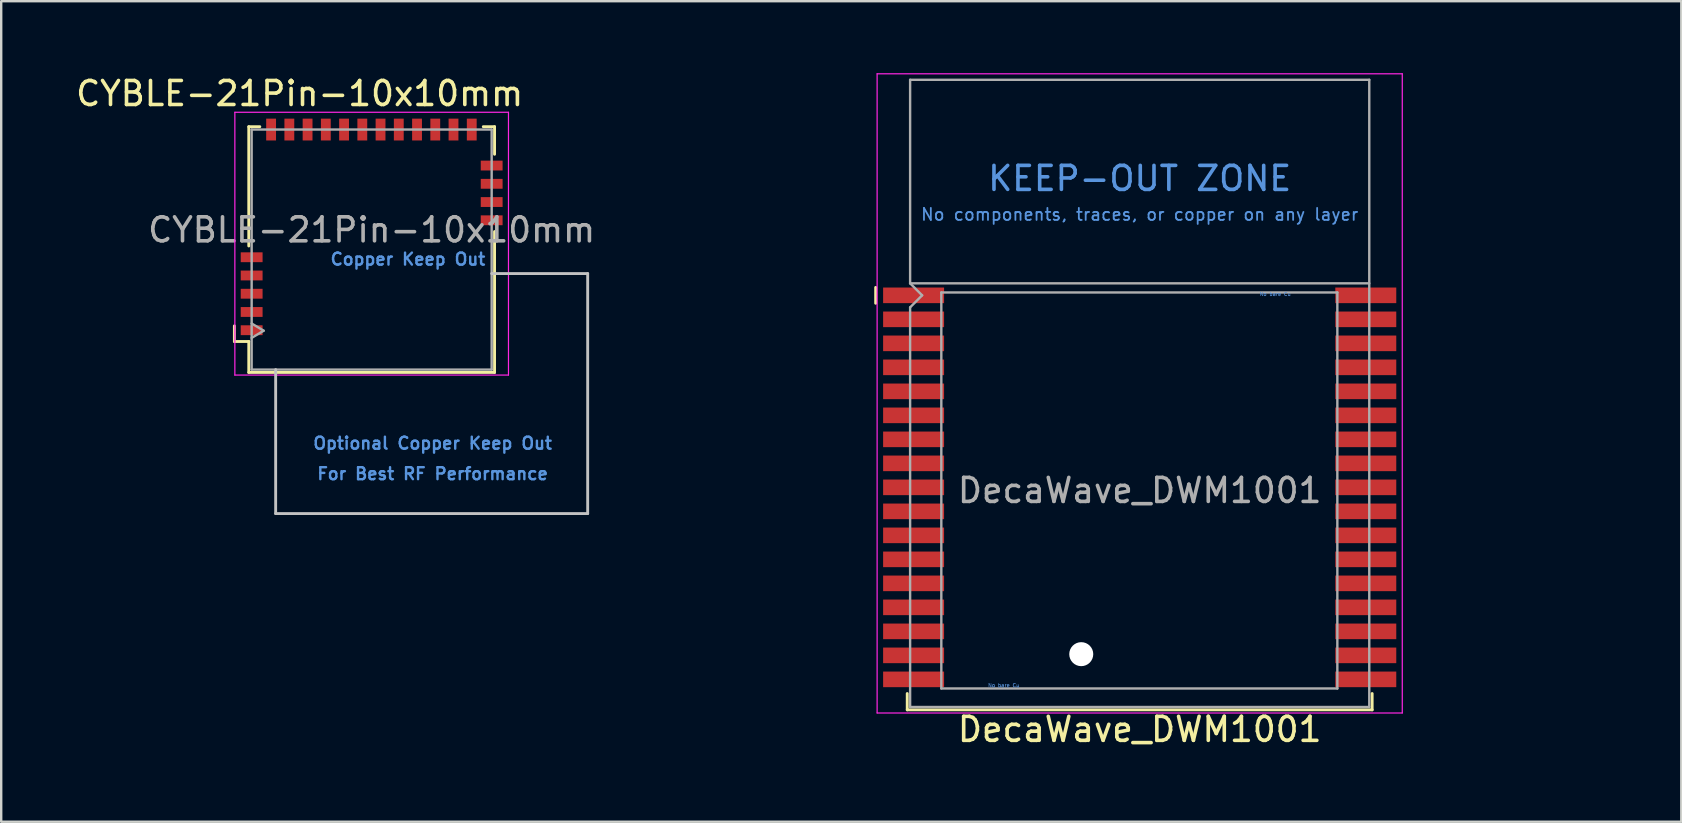
<source format=kicad_pcb>
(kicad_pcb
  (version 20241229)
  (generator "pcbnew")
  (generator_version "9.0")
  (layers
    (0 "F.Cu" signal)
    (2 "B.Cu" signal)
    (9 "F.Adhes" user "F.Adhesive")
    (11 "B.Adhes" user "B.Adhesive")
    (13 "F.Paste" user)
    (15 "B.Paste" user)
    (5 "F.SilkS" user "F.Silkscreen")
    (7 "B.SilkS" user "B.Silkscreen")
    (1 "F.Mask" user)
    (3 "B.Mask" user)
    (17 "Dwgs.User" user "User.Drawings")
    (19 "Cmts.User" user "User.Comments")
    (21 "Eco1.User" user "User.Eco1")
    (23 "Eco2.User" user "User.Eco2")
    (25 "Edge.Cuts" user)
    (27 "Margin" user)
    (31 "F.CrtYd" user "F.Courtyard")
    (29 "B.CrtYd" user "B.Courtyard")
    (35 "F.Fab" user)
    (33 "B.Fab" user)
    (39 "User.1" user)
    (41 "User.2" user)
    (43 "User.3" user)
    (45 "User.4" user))
  (footprint "CYBLE-21Pin-10x10mm"
    (layer "F.Cu")
    (at 12.435 6.528)
    (property "Reference" "CYBLE-21Pin-10x10mm" (at -3 -5.68 0) (layer "F.SilkS") (effects (font (size 1 1) (thickness 0.15))))
    (attr smd)
    (fp_line (start -5.72 4.65) (end -5.72 4) (stroke (width 0.12) (type solid)) (layer "F.SilkS"))
    (fp_line (start -5.12 -4.3) (end -5.12 0.67) (stroke (width 0.12) (type solid)) (layer "F.SilkS"))
    (fp_line (start -5.12 4.65) (end -5.72 4.65) (stroke (width 0.12) (type solid)) (layer "F.SilkS"))
    (fp_line (start -5.12 4.65) (end -5.12 5.94) (stroke (width 0.12) (type solid)) (layer "F.SilkS"))
    (fp_line (start -5.12 5.94) (end 5.12 5.94) (stroke (width 0.12) (type solid)) (layer "F.SilkS"))
    (fp_line (start -4.66 -4.3) (end -5.12 -4.3) (stroke (width 0.12) (type solid)) (layer "F.SilkS"))
    (fp_line (start 5.12 -4.3) (end 4.65 -4.3) (stroke (width 0.12) (type solid)) (layer "F.SilkS"))
    (fp_line (start 5.12 -4.3) (end 5.12 -3.15) (stroke (width 0.12) (type solid)) (layer "F.SilkS"))
    (fp_line (start 5.12 5.94) (end 5.12 0.07) (stroke (width 0.12) (type solid)) (layer "F.SilkS"))
    (fp_line (start -4 11.82) (end -4 5.82) (stroke (width 0.12) (type solid)) (layer "Dwgs.User"))
    (fp_line (start 5 1.82) (end 9 1.82) (stroke (width 0.12) (type solid)) (layer "Dwgs.User"))
    (fp_line (start 9 1.82) (end 9 11.82) (stroke (width 0.12) (type solid)) (layer "Dwgs.User"))
    (fp_line (start 9 11.82) (end -4 11.82) (stroke (width 0.12) (type solid)) (layer "Dwgs.User"))
    (fp_line (start -5.7 -4.9) (end -5.7 6.05) (stroke (width 0.05) (type solid)) (layer "F.CrtYd"))
    (fp_line (start -5.7 6.05) (end 5.7 6.05) (stroke (width 0.05) (type solid)) (layer "F.CrtYd"))
    (fp_line (start 5.7 -4.9) (end -5.7 -4.9) (stroke (width 0.05) (type solid)) (layer "F.CrtYd"))
    (fp_line (start 5.7 6.05) (end 5.7 -4.9) (stroke (width 0.05) (type solid)) (layer "F.CrtYd"))
    (fp_line (start -5 -4.18) (end 5 -4.18) (stroke (width 0.1) (type solid)) (layer "F.Fab"))
    (fp_line (start -5 3.9) (end -4.5 4.2) (stroke (width 0.1) (type solid)) (layer "F.Fab"))
    (fp_line (start -5 5.82) (end -5 -4.18) (stroke (width 0.1) (type solid)) (layer "F.Fab"))
    (fp_line (start -4.5 4.2) (end -5 4.5) (stroke (width 0.1) (type solid)) (layer "F.Fab"))
    (fp_line (start 5 -4.18) (end 5 5.82) (stroke (width 0.1) (type solid)) (layer "F.Fab"))
    (fp_line (start 5 5.82) (end -5 5.82) (stroke (width 0.1) (type solid)) (layer "F.Fab"))
    (fp_text user "Copper Keep Out" (at 1.51 1.22 0) (layer "Cmts.User") (effects (font (size 0.5 0.5) (thickness 0.1))))
    (fp_text user "For Best RF Performance" (at 2.54 10.16 0) (layer "Cmts.User") (effects (font (size 0.5 0.5) (thickness 0.1))))
    (fp_text user "Optional Copper Keep Out" (at 2.54 8.89 0) (layer "Cmts.User") (effects (font (size 0.5 0.5) (thickness 0.1))))
    (fp_text user "${REFERENCE}" (at 0 0 0) (layer "F.Fab") (effects (font (size 1 1) (thickness 0.15))))
    (pad "1" smd rect (at -5 4.18) (size 0.91 0.41) (layers "F.Cu" "F.Mask" "F.Paste"))
    (pad "2" smd rect (at -5 3.42) (size 0.91 0.41) (layers "F.Cu" "F.Mask" "F.Paste"))
    (pad "3" smd rect (at -5 2.66) (size 0.91 0.41) (layers "F.Cu" "F.Mask" "F.Paste"))
    (pad "4" smd rect (at -5 1.9) (size 0.91 0.41) (layers "F.Cu" "F.Mask" "F.Paste"))
    (pad "5" smd rect (at -5 1.14) (size 0.91 0.41) (layers "F.Cu" "F.Mask" "F.Paste"))
    (pad "6" smd rect (at -4.19 -4.18) (size 0.41 0.91) (layers "F.Cu" "F.Mask" "F.Paste"))
    (pad "7" smd rect (at -3.43 -4.18) (size 0.41 0.91) (layers "F.Cu" "F.Mask" "F.Paste"))
    (pad "8" smd rect (at -2.67 -4.18) (size 0.41 0.91) (layers "F.Cu" "F.Mask" "F.Paste"))
    (pad "9" smd rect (at -1.91 -4.18) (size 0.41 0.91) (layers "F.Cu" "F.Mask" "F.Paste"))
    (pad "10" smd rect (at -1.15 -4.18) (size 0.41 0.91) (layers "F.Cu" "F.Mask" "F.Paste"))
    (pad "11" smd rect (at -0.39 -4.18) (size 0.41 0.91) (layers "F.Cu" "F.Mask" "F.Paste"))
    (pad "12" smd rect (at 0.37 -4.18) (size 0.41 0.91) (layers "F.Cu" "F.Mask" "F.Paste"))
    (pad "13" smd rect (at 1.13 -4.18) (size 0.41 0.91) (layers "F.Cu" "F.Mask" "F.Paste"))
    (pad "14" smd rect (at 1.89 -4.18) (size 0.41 0.91) (layers "F.Cu" "F.Mask" "F.Paste"))
    (pad "15" smd rect (at 2.65 -4.18) (size 0.41 0.91) (layers "F.Cu" "F.Mask" "F.Paste"))
    (pad "16" smd rect (at 3.41 -4.18) (size 0.41 0.91) (layers "F.Cu" "F.Mask" "F.Paste"))
    (pad "17" smd rect (at 4.17 -4.18) (size 0.41 0.91) (layers "F.Cu" "F.Mask" "F.Paste"))
    (pad "18" smd rect (at 5 -2.68) (size 0.91 0.41) (layers "F.Cu" "F.Mask" "F.Paste"))
    (pad "19" smd rect (at 5 -1.92) (size 0.91 0.41) (layers "F.Cu" "F.Mask" "F.Paste"))
    (pad "20" smd rect (at 5 -1.16) (size 0.91 0.41) (layers "F.Cu" "F.Mask" "F.Paste"))
    (pad "21" smd rect (at 5 -0.4) (size 0.91 0.41) (layers "F.Cu" "F.Mask" "F.Paste"))
    (zone (net_name "") (layers "F.Cu" "B.Cu") (hatch full 0.508) (connect_pads) (min_thickness 0.254) (filled_areas_thickness no) (keepout (tracks not_allowed) (vias not_allowed) (pads not_allowed) (copperpour not_allowed) (footprints not_allowed)) (placement (enabled no)) (fill) (polygon (pts (xy 10.435 7.378) (xy 17.435 7.378) (xy 17.435 12.348) (xy 10.435 12.348)))))
  (footprint "DecaWave_DWM1001"
    (layer "F.Cu")
    (at 44.434 17.385)
    (property "Reference" "DecaWave_DWM1001" (at 0 9.955 0) (layer "F.SilkS") (effects (font (size 1 1) (thickness 0.15))))
    (attr smd)
    (fp_line (start -11 -7.8) (end -11 -8.46) (stroke (width 0.12) (type solid)) (layer "F.SilkS"))
    (fp_line (start -9.685 8.46) (end -9.685 9.14) (stroke (width 0.12) (type solid)) (layer "F.SilkS"))
    (fp_line (start 9.685 8.46) (end 9.685 9.14) (stroke (width 0.12) (type solid)) (layer "F.SilkS"))
    (fp_line (start 9.685 9.14) (end -9.685 9.14) (stroke (width 0.12) (type solid)) (layer "F.SilkS"))
    (fp_line (start -10.94 -17.36) (end -10.94 9.27) (stroke (width 0.05) (type solid)) (layer "F.CrtYd"))
    (fp_line (start -10.94 -17.36) (end 10.94 -17.36) (stroke (width 0.05) (type solid)) (layer "F.CrtYd"))
    (fp_line (start -10.94 9.27) (end 10.94 9.27) (stroke (width 0.05) (type solid)) (layer "F.CrtYd"))
    (fp_line (start 10.94 -17.36) (end 10.94 9.27) (stroke (width 0.05) (type solid)) (layer "F.CrtYd"))
    (fp_line (start -9.565 -8.63) (end -9.565 -17.11) (stroke (width 0.1) (type solid)) (layer "F.Fab"))
    (fp_line (start -9.565 -8.63) (end -9.065 -8.13) (stroke (width 0.1) (type solid)) (layer "F.Fab"))
    (fp_line (start -9.565 9.02) (end -9.565 -7.63) (stroke (width 0.1) (type solid)) (layer "F.Fab"))
    (fp_line (start -9.065 -8.13) (end -9.565 -7.63) (stroke (width 0.1) (type solid)) (layer "F.Fab"))
    (fp_line (start -8.265 -8.25) (end -8.265 8.25) (stroke (width 0.1) (type solid)) (layer "F.Fab"))
    (fp_line (start -8.265 -8.25) (end 8.235 -8.25) (stroke (width 0.1) (type solid)) (layer "F.Fab"))
    (fp_line (start -8.265 8.25) (end 8.235 8.25) (stroke (width 0.1) (type solid)) (layer "F.Fab"))
    (fp_line (start 8.235 -8.25) (end 8.235 8.25) (stroke (width 0.1) (type solid)) (layer "F.Fab"))
    (fp_line (start 9.565 -17.11) (end -9.565 -17.11) (stroke (width 0.1) (type solid)) (layer "F.Fab"))
    (fp_line (start 9.565 -8.63) (end -9.565 -8.63) (stroke (width 0.1) (type solid)) (layer "F.Fab"))
    (fp_line (start 9.565 9.02) (end -9.565 9.02) (stroke (width 0.1) (type solid)) (layer "F.Fab"))
    (fp_line (start 9.565 9.02) (end 9.565 -17.11) (stroke (width 0.1) (type solid)) (layer "F.Fab"))
    (fp_text user "No bare Cu" (at 5.645 -8.18 0) (layer "Cmts.User") (effects (font (size 0.15 0.15) (thickness 0.022))))
    (fp_text user "KEEP-OUT ZONE" (at 0 -13 0) (layer "Cmts.User") (effects (font (size 1 1) (thickness 0.15))))
    (fp_text user "No components, traces, or copper on any layer" (at 0 -11.5 0) (layer "Cmts.User") (effects (font (size 0.5 0.5) (thickness 0.075))))
    (fp_text user "No bare Cu" (at -5.665 8.12 0) (layer "Cmts.User") (effects (font (size 0.15 0.15) (thickness 0.022))))
    (fp_text user "${REFERENCE}" (at 0 0 0) (layer "F.Fab") (effects (font (size 1 1) (thickness 0.15))))
    (pad "" np_thru_hole circle (at -2.435 6.82) (size 1 1) (drill 1) (layers "*.Cu" "*.Mask"))
    (pad "1" smd rect (at -9.42 -8.13) (size 2.54 0.65) (layers "F.Cu" "F.Mask" "F.Paste"))
    (pad "2" smd rect (at -9.42 -7.13) (size 2.54 0.65) (layers "F.Cu" "F.Mask" "F.Paste"))
    (pad "3" smd rect (at -9.42 -6.13) (size 2.54 0.65) (layers "F.Cu" "F.Mask" "F.Paste"))
    (pad "4" smd rect (at -9.42 -5.13) (size 2.54 0.65) (layers "F.Cu" "F.Mask" "F.Paste"))
    (pad "5" smd rect (at -9.42 -4.13) (size 2.54 0.65) (layers "F.Cu" "F.Mask" "F.Paste"))
    (pad "6" smd rect (at -9.42 -3.13) (size 2.54 0.65) (layers "F.Cu" "F.Mask" "F.Paste"))
    (pad "7" smd rect (at -9.42 -2.13) (size 2.54 0.65) (layers "F.Cu" "F.Mask" "F.Paste"))
    (pad "8" smd rect (at -9.42 -1.13) (size 2.54 0.65) (layers "F.Cu" "F.Mask" "F.Paste"))
    (pad "9" smd rect (at -9.42 -0.13) (size 2.54 0.65) (layers "F.Cu" "F.Mask" "F.Paste"))
    (pad "10" smd rect (at -9.42 0.87) (size 2.54 0.65) (layers "F.Cu" "F.Mask" "F.Paste"))
    (pad "11" smd rect (at -9.42 1.87) (size 2.54 0.65) (layers "F.Cu" "F.Mask" "F.Paste"))
    (pad "12" smd rect (at -9.42 2.87) (size 2.54 0.65) (layers "F.Cu" "F.Mask" "F.Paste"))
    (pad "13" smd rect (at -9.42 3.87) (size 2.54 0.65) (layers "F.Cu" "F.Mask" "F.Paste"))
    (pad "14" smd rect (at -9.42 4.87) (size 2.54 0.65) (layers "F.Cu" "F.Mask" "F.Paste"))
    (pad "15" smd rect (at -9.42 5.87) (size 2.54 0.65) (layers "F.Cu" "F.Mask" "F.Paste"))
    (pad "16" smd rect (at -9.42 6.87) (size 2.54 0.65) (layers "F.Cu" "F.Mask" "F.Paste"))
    (pad "17" smd rect (at -9.42 7.87) (size 2.54 0.65) (layers "F.Cu" "F.Mask" "F.Paste"))
    (pad "18" smd rect (at 9.42 7.87) (size 2.54 0.65) (layers "F.Cu" "F.Mask" "F.Paste"))
    (pad "19" smd rect (at 9.42 6.87) (size 2.54 0.65) (layers "F.Cu" "F.Mask" "F.Paste"))
    (pad "20" smd rect (at 9.42 5.87) (size 2.54 0.65) (layers "F.Cu" "F.Mask" "F.Paste"))
    (pad "21" smd rect (at 9.42 4.87) (size 2.54 0.65) (layers "F.Cu" "F.Mask" "F.Paste"))
    (pad "22" smd rect (at 9.42 3.87) (size 2.54 0.65) (layers "F.Cu" "F.Mask" "F.Paste"))
    (pad "23" smd rect (at 9.42 2.87) (size 2.54 0.65) (layers "F.Cu" "F.Mask" "F.Paste"))
    (pad "24" smd rect (at 9.42 1.87) (size 2.54 0.65) (layers "F.Cu" "F.Mask" "F.Paste"))
    (pad "25" smd rect (at 9.42 0.87) (size 2.54 0.65) (layers "F.Cu" "F.Mask" "F.Paste"))
    (pad "26" smd rect (at 9.42 -0.13) (size 2.54 0.65) (layers "F.Cu" "F.Mask" "F.Paste"))
    (pad "27" smd rect (at 9.42 -1.13) (size 2.54 0.65) (layers "F.Cu" "F.Mask" "F.Paste"))
    (pad "28" smd rect (at 9.42 -2.13) (size 2.54 0.65) (layers "F.Cu" "F.Mask" "F.Paste"))
    (pad "29" smd rect (at 9.42 -3.13) (size 2.54 0.65) (layers "F.Cu" "F.Mask" "F.Paste"))
    (pad "30" smd rect (at 9.42 -4.13) (size 2.54 0.65) (layers "F.Cu" "F.Mask" "F.Paste"))
    (pad "31" smd rect (at 9.42 -5.13) (size 2.54 0.65) (layers "F.Cu" "F.Mask" "F.Paste"))
    (pad "32" smd rect (at 9.42 -6.13) (size 2.54 0.65) (layers "F.Cu" "F.Mask" "F.Paste"))
    (pad "33" smd rect (at 9.42 -7.13) (size 2.54 0.65) (layers "F.Cu" "F.Mask" "F.Paste"))
    (pad "34" smd rect (at 9.42 -8.13) (size 2.54 0.65) (layers "F.Cu" "F.Mask" "F.Paste"))
    (zone (net_name "") (layer "F.Cu") (hatch full 0.508) (connect_pads) (min_thickness 0.254) (filled_areas_thickness no) (keepout (tracks not_allowed) (vias not_allowed) (pads not_allowed) (copperpour not_allowed) (footprints not_allowed)) (placement (enabled no)) (fill) (polygon (pts (xy 38.019 25.805) (xy 39.519 25.805) (xy 39.519 25.205) (xy 38.019 25.205))))
    (zone (net_name "") (layer "F.Cu") (hatch full 0.508) (connect_pads) (min_thickness 0.254) (filled_areas_thickness no) (keepout (tracks not_allowed) (vias not_allowed) (pads not_allowed) (copperpour not_allowed) (footprints not_allowed)) (placement (enabled no)) (fill) (polygon (pts (xy 49.329 9.505) (xy 50.829 9.505) (xy 50.829 8.905) (xy 49.329 8.905))))
    (zone (net_name "") (layers "F.Cu" "B.Cu") (hatch full 0.508) (connect_pads) (min_thickness 0.254) (filled_areas_thickness no) (keepout (tracks not_allowed) (vias not_allowed) (pads not_allowed) (copperpour not_allowed) (footprints not_allowed)) (placement (enabled no)) (fill) (polygon (pts (xy 24.869 8.755) (xy 63.999 8.755) (xy 63.999 0.275) (xy 24.869 0.275)))))
  (gr_rect
    (start -3 -3)
    (end 66.999 31.188)
    (stroke (width 0.1) (type default))
    (fill no)
    (layer "Edge.Cuts")))
</source>
